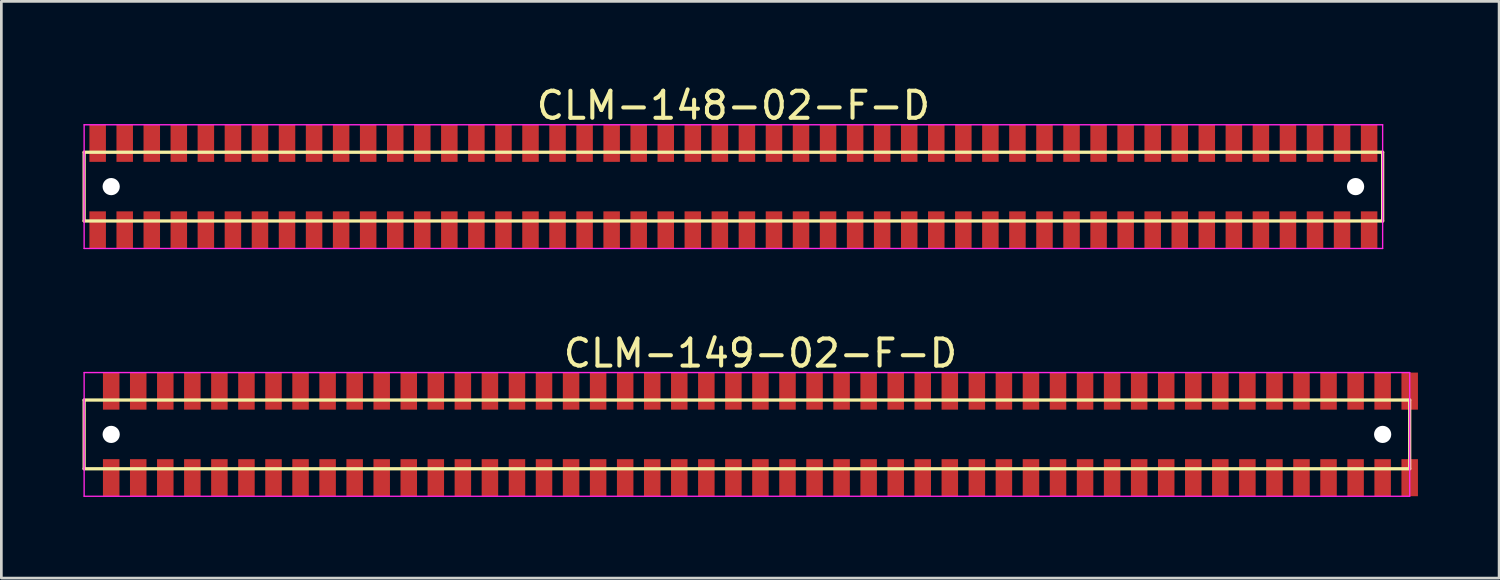
<source format=kicad_pcb>
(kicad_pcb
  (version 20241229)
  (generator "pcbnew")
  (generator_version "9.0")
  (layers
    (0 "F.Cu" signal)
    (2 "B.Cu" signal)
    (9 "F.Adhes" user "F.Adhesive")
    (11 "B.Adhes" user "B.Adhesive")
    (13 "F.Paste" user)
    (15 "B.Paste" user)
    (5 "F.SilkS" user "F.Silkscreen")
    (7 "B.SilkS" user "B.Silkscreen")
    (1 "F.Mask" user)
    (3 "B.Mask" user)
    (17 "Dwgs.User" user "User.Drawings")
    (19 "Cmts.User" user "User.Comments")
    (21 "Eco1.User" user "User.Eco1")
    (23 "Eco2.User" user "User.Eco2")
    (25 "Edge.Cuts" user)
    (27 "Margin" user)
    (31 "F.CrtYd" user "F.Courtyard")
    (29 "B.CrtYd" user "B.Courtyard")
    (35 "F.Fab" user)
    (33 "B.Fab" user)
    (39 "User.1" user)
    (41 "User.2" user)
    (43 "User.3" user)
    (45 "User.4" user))
  (footprint "CLM-149-02-F-D"
    (layer "F.Cu")
    (at 25.06 13.008)
    (property "Reference" "CLM-149-02-F-D" (at 0 -3 0) (layer "F.SilkS") (effects (font (size 1 1) (thickness 0.15))))
    (attr through_hole)
    (fp_line (start -25 -1.27) (end -25 1.27) (stroke (width 0.12) (type solid)) (layer "F.SilkS"))
    (fp_line (start -25 1.27) (end 24 1.27) (stroke (width 0.12) (type solid)) (layer "F.SilkS"))
    (fp_line (start 24 -1.27) (end -25 -1.27) (stroke (width 0.12) (type solid)) (layer "F.SilkS"))
    (fp_line (start 24 1.27) (end 24 -1.27) (stroke (width 0.12) (type solid)) (layer "F.SilkS"))
    (fp_line (start -25 -2.286) (end -25 2.286) (stroke (width 0.05) (type solid)) (layer "F.CrtYd"))
    (fp_line (start -25 2.286) (end 24 2.286) (stroke (width 0.05) (type solid)) (layer "F.CrtYd"))
    (fp_line (start 24 -2.286) (end -25 -2.286) (stroke (width 0.05) (type solid)) (layer "F.CrtYd"))
    (fp_line (start 24 2.286) (end 24 -2.286) (stroke (width 0.05) (type solid)) (layer "F.CrtYd"))
    (pad "" np_thru_hole circle (at -24 0) (size 0.635 0.635) (drill 0.635) (layers "*.Cu" "*.Mask"))
    (pad "" np_thru_hole circle (at 23 0) (size 0.635 0.635) (drill 0.635) (layers "*.Cu" "*.Mask"))
    (pad "1" smd rect (at -24 -1.6) (size 0.61 1.37) (layers "F.Cu" "F.Mask" "F.Paste"))
    (pad "2" smd rect (at -24 1.6) (size 0.61 1.37) (layers "F.Cu" "F.Mask" "F.Paste"))
    (pad "3" smd rect (at -23 -1.6) (size 0.61 1.37) (layers "F.Cu" "F.Mask" "F.Paste"))
    (pad "4" smd rect (at -23 1.6) (size 0.61 1.37) (layers "F.Cu" "F.Mask" "F.Paste"))
    (pad "5" smd rect (at -22 -1.6) (size 0.61 1.37) (layers "F.Cu" "F.Mask" "F.Paste"))
    (pad "6" smd rect (at -22 1.6) (size 0.61 1.37) (layers "F.Cu" "F.Mask" "F.Paste"))
    (pad "7" smd rect (at -21 -1.6) (size 0.61 1.37) (layers "F.Cu" "F.Mask" "F.Paste"))
    (pad "8" smd rect (at -21 1.6) (size 0.61 1.37) (layers "F.Cu" "F.Mask" "F.Paste"))
    (pad "9" smd rect (at -20 -1.6) (size 0.61 1.37) (layers "F.Cu" "F.Mask" "F.Paste"))
    (pad "10" smd rect (at -20 1.6) (size 0.61 1.37) (layers "F.Cu" "F.Mask" "F.Paste"))
    (pad "11" smd rect (at -19 -1.6) (size 0.61 1.37) (layers "F.Cu" "F.Mask" "F.Paste"))
    (pad "12" smd rect (at -19 1.6) (size 0.61 1.37) (layers "F.Cu" "F.Mask" "F.Paste"))
    (pad "13" smd rect (at -18 -1.6) (size 0.61 1.37) (layers "F.Cu" "F.Mask" "F.Paste"))
    (pad "14" smd rect (at -18 1.6) (size 0.61 1.37) (layers "F.Cu" "F.Mask" "F.Paste"))
    (pad "15" smd rect (at -17 -1.6) (size 0.61 1.37) (layers "F.Cu" "F.Mask" "F.Paste"))
    (pad "16" smd rect (at -17 1.6) (size 0.61 1.37) (layers "F.Cu" "F.Mask" "F.Paste"))
    (pad "17" smd rect (at -16 -1.6) (size 0.61 1.37) (layers "F.Cu" "F.Mask" "F.Paste"))
    (pad "18" smd rect (at -16 1.6) (size 0.61 1.37) (layers "F.Cu" "F.Mask" "F.Paste"))
    (pad "19" smd rect (at -15 -1.6) (size 0.61 1.37) (layers "F.Cu" "F.Mask" "F.Paste"))
    (pad "20" smd rect (at -15 1.6) (size 0.61 1.37) (layers "F.Cu" "F.Mask" "F.Paste"))
    (pad "21" smd rect (at -14 -1.6) (size 0.61 1.37) (layers "F.Cu" "F.Mask" "F.Paste"))
    (pad "22" smd rect (at -14 1.6) (size 0.61 1.37) (layers "F.Cu" "F.Mask" "F.Paste"))
    (pad "23" smd rect (at -13 -1.6) (size 0.61 1.37) (layers "F.Cu" "F.Mask" "F.Paste"))
    (pad "24" smd rect (at -13 1.6) (size 0.61 1.37) (layers "F.Cu" "F.Mask" "F.Paste"))
    (pad "25" smd rect (at -12 -1.6) (size 0.61 1.37) (layers "F.Cu" "F.Mask" "F.Paste"))
    (pad "26" smd rect (at -12 1.6) (size 0.61 1.37) (layers "F.Cu" "F.Mask" "F.Paste"))
    (pad "27" smd rect (at -11 -1.6) (size 0.61 1.37) (layers "F.Cu" "F.Mask" "F.Paste"))
    (pad "28" smd rect (at -11 1.6) (size 0.61 1.37) (layers "F.Cu" "F.Mask" "F.Paste"))
    (pad "29" smd rect (at -10 -1.6) (size 0.61 1.37) (layers "F.Cu" "F.Mask" "F.Paste"))
    (pad "30" smd rect (at -10 1.6) (size 0.61 1.37) (layers "F.Cu" "F.Mask" "F.Paste"))
    (pad "31" smd rect (at -9 -1.6) (size 0.61 1.37) (layers "F.Cu" "F.Mask" "F.Paste"))
    (pad "32" smd rect (at -9 1.6) (size 0.61 1.37) (layers "F.Cu" "F.Mask" "F.Paste"))
    (pad "33" smd rect (at -8 -1.6) (size 0.61 1.37) (layers "F.Cu" "F.Mask" "F.Paste"))
    (pad "34" smd rect (at -8 1.6) (size 0.61 1.37) (layers "F.Cu" "F.Mask" "F.Paste"))
    (pad "35" smd rect (at -7 -1.6) (size 0.61 1.37) (layers "F.Cu" "F.Mask" "F.Paste"))
    (pad "36" smd rect (at -7 1.6) (size 0.61 1.37) (layers "F.Cu" "F.Mask" "F.Paste"))
    (pad "37" smd rect (at -6 -1.6) (size 0.61 1.37) (layers "F.Cu" "F.Mask" "F.Paste"))
    (pad "38" smd rect (at -6 1.6) (size 0.61 1.37) (layers "F.Cu" "F.Mask" "F.Paste"))
    (pad "39" smd rect (at -5 -1.6) (size 0.61 1.37) (layers "F.Cu" "F.Mask" "F.Paste"))
    (pad "40" smd rect (at -5 1.6) (size 0.61 1.37) (layers "F.Cu" "F.Mask" "F.Paste"))
    (pad "41" smd rect (at -4 -1.6) (size 0.61 1.37) (layers "F.Cu" "F.Mask" "F.Paste"))
    (pad "42" smd rect (at -4 1.6) (size 0.61 1.37) (layers "F.Cu" "F.Mask" "F.Paste"))
    (pad "43" smd rect (at -3 -1.6) (size 0.61 1.37) (layers "F.Cu" "F.Mask" "F.Paste"))
    (pad "44" smd rect (at -3 1.6) (size 0.61 1.37) (layers "F.Cu" "F.Mask" "F.Paste"))
    (pad "45" smd rect (at -2 -1.6) (size 0.61 1.37) (layers "F.Cu" "F.Mask" "F.Paste"))
    (pad "46" smd rect (at -2 1.6) (size 0.61 1.37) (layers "F.Cu" "F.Mask" "F.Paste"))
    (pad "47" smd rect (at -1 -1.6) (size 0.61 1.37) (layers "F.Cu" "F.Mask" "F.Paste"))
    (pad "48" smd rect (at -1 1.6) (size 0.61 1.37) (layers "F.Cu" "F.Mask" "F.Paste"))
    (pad "49" smd rect (at 0 -1.6) (size 0.61 1.37) (layers "F.Cu" "F.Mask" "F.Paste"))
    (pad "50" smd rect (at 0 1.6) (size 0.61 1.37) (layers "F.Cu" "F.Mask" "F.Paste"))
    (pad "51" smd rect (at 1 -1.6) (size 0.61 1.37) (layers "F.Cu" "F.Mask" "F.Paste"))
    (pad "52" smd rect (at 1 1.6) (size 0.61 1.37) (layers "F.Cu" "F.Mask" "F.Paste"))
    (pad "53" smd rect (at 2 -1.6) (size 0.61 1.37) (layers "F.Cu" "F.Mask" "F.Paste"))
    (pad "54" smd rect (at 2 1.6) (size 0.61 1.37) (layers "F.Cu" "F.Mask" "F.Paste"))
    (pad "55" smd rect (at 3 -1.6) (size 0.61 1.37) (layers "F.Cu" "F.Mask" "F.Paste"))
    (pad "56" smd rect (at 3 1.6) (size 0.61 1.37) (layers "F.Cu" "F.Mask" "F.Paste"))
    (pad "57" smd rect (at 4 -1.6) (size 0.61 1.37) (layers "F.Cu" "F.Mask" "F.Paste"))
    (pad "58" smd rect (at 4 1.6) (size 0.61 1.37) (layers "F.Cu" "F.Mask" "F.Paste"))
    (pad "59" smd rect (at 5 -1.6) (size 0.61 1.37) (layers "F.Cu" "F.Mask" "F.Paste"))
    (pad "60" smd rect (at 5 1.6) (size 0.61 1.37) (layers "F.Cu" "F.Mask" "F.Paste"))
    (pad "61" smd rect (at 6 -1.6) (size 0.61 1.37) (layers "F.Cu" "F.Mask" "F.Paste"))
    (pad "62" smd rect (at 6 1.6) (size 0.61 1.37) (layers "F.Cu" "F.Mask" "F.Paste"))
    (pad "63" smd rect (at 7 -1.6) (size 0.61 1.37) (layers "F.Cu" "F.Mask" "F.Paste"))
    (pad "64" smd rect (at 7 1.6) (size 0.61 1.37) (layers "F.Cu" "F.Mask" "F.Paste"))
    (pad "65" smd rect (at 8 -1.6) (size 0.61 1.37) (layers "F.Cu" "F.Mask" "F.Paste"))
    (pad "66" smd rect (at 8 1.6) (size 0.61 1.37) (layers "F.Cu" "F.Mask" "F.Paste"))
    (pad "67" smd rect (at 9 -1.6) (size 0.61 1.37) (layers "F.Cu" "F.Mask" "F.Paste"))
    (pad "68" smd rect (at 9 1.6) (size 0.61 1.37) (layers "F.Cu" "F.Mask" "F.Paste"))
    (pad "69" smd rect (at 10 -1.6) (size 0.61 1.37) (layers "F.Cu" "F.Mask" "F.Paste"))
    (pad "70" smd rect (at 10 1.6) (size 0.61 1.37) (layers "F.Cu" "F.Mask" "F.Paste"))
    (pad "71" smd rect (at 11 -1.6) (size 0.61 1.37) (layers "F.Cu" "F.Mask" "F.Paste"))
    (pad "72" smd rect (at 11 1.6) (size 0.61 1.37) (layers "F.Cu" "F.Mask" "F.Paste"))
    (pad "73" smd rect (at 12 -1.6) (size 0.61 1.37) (layers "F.Cu" "F.Mask" "F.Paste"))
    (pad "74" smd rect (at 12 1.6) (size 0.61 1.37) (layers "F.Cu" "F.Mask" "F.Paste"))
    (pad "75" smd rect (at 13 -1.6) (size 0.61 1.37) (layers "F.Cu" "F.Mask" "F.Paste"))
    (pad "76" smd rect (at 13 1.6) (size 0.61 1.37) (layers "F.Cu" "F.Mask" "F.Paste"))
    (pad "77" smd rect (at 14 -1.6) (size 0.61 1.37) (layers "F.Cu" "F.Mask" "F.Paste"))
    (pad "78" smd rect (at 14 1.6) (size 0.61 1.37) (layers "F.Cu" "F.Mask" "F.Paste"))
    (pad "79" smd rect (at 15 -1.6) (size 0.61 1.37) (layers "F.Cu" "F.Mask" "F.Paste"))
    (pad "80" smd rect (at 15 1.6) (size 0.61 1.37) (layers "F.Cu" "F.Mask" "F.Paste"))
    (pad "81" smd rect (at 16 -1.6) (size 0.61 1.37) (layers "F.Cu" "F.Mask" "F.Paste"))
    (pad "82" smd rect (at 16 1.6) (size 0.61 1.37) (layers "F.Cu" "F.Mask" "F.Paste"))
    (pad "83" smd rect (at 17 -1.6) (size 0.61 1.37) (layers "F.Cu" "F.Mask" "F.Paste"))
    (pad "84" smd rect (at 17 1.6) (size 0.61 1.37) (layers "F.Cu" "F.Mask" "F.Paste"))
    (pad "85" smd rect (at 18 -1.6) (size 0.61 1.37) (layers "F.Cu" "F.Mask" "F.Paste"))
    (pad "86" smd rect (at 18 1.6) (size 0.61 1.37) (layers "F.Cu" "F.Mask" "F.Paste"))
    (pad "87" smd rect (at 19 -1.6) (size 0.61 1.37) (layers "F.Cu" "F.Mask" "F.Paste"))
    (pad "88" smd rect (at 19 1.6) (size 0.61 1.37) (layers "F.Cu" "F.Mask" "F.Paste"))
    (pad "89" smd rect (at 20 -1.6) (size 0.61 1.37) (layers "F.Cu" "F.Mask" "F.Paste"))
    (pad "90" smd rect (at 20 1.6) (size 0.61 1.37) (layers "F.Cu" "F.Mask" "F.Paste"))
    (pad "91" smd rect (at 21 -1.6) (size 0.61 1.37) (layers "F.Cu" "F.Mask" "F.Paste"))
    (pad "92" smd rect (at 21 1.6) (size 0.61 1.37) (layers "F.Cu" "F.Mask" "F.Paste"))
    (pad "93" smd rect (at 22 -1.6) (size 0.61 1.37) (layers "F.Cu" "F.Mask" "F.Paste"))
    (pad "94" smd rect (at 22 1.6) (size 0.61 1.37) (layers "F.Cu" "F.Mask" "F.Paste"))
    (pad "95" smd rect (at 23 -1.6) (size 0.61 1.37) (layers "F.Cu" "F.Mask" "F.Paste"))
    (pad "96" smd rect (at 23 1.6) (size 0.61 1.37) (layers "F.Cu" "F.Mask" "F.Paste"))
    (pad "97" smd rect (at 24 -1.6) (size 0.61 1.37) (layers "F.Cu" "F.Mask" "F.Paste"))
    (pad "98" smd rect (at 24 1.6) (size 0.61 1.37) (layers "F.Cu" "F.Mask" "F.Paste")))
  (footprint "CLM-148-02-F-D"
    (layer "F.Cu")
    (at 24.06 3.848)
    (property "Reference" "CLM-148-02-F-D" (at 0 -3 0) (layer "F.SilkS") (effects (font (size 1 1) (thickness 0.15))))
    (attr through_hole)
    (fp_line (start -24 -1.27) (end -24 1.27) (stroke (width 0.12) (type solid)) (layer "F.SilkS"))
    (fp_line (start -24 1.27) (end 24 1.27) (stroke (width 0.12) (type solid)) (layer "F.SilkS"))
    (fp_line (start 24 -1.27) (end -24 -1.27) (stroke (width 0.12) (type solid)) (layer "F.SilkS"))
    (fp_line (start 24 1.27) (end 24 -1.27) (stroke (width 0.12) (type solid)) (layer "F.SilkS"))
    (fp_line (start -24 -2.286) (end -24 2.286) (stroke (width 0.05) (type solid)) (layer "F.CrtYd"))
    (fp_line (start -24 2.286) (end 24 2.286) (stroke (width 0.05) (type solid)) (layer "F.CrtYd"))
    (fp_line (start 24 -2.286) (end -24 -2.286) (stroke (width 0.05) (type solid)) (layer "F.CrtYd"))
    (fp_line (start 24 2.286) (end 24 -2.286) (stroke (width 0.05) (type solid)) (layer "F.CrtYd"))
    (pad "" np_thru_hole circle (at -23 0) (size 0.635 0.635) (drill 0.635) (layers "*.Cu" "*.Mask"))
    (pad "" np_thru_hole circle (at 23 0) (size 0.635 0.635) (drill 0.635) (layers "*.Cu" "*.Mask"))
    (pad "1" smd rect (at -23.5 -1.6) (size 0.61 1.37) (layers "F.Cu" "F.Mask" "F.Paste"))
    (pad "2" smd rect (at -23.5 1.6) (size 0.61 1.37) (layers "F.Cu" "F.Mask" "F.Paste"))
    (pad "3" smd rect (at -22.5 -1.6) (size 0.61 1.37) (layers "F.Cu" "F.Mask" "F.Paste"))
    (pad "4" smd rect (at -22.5 1.6) (size 0.61 1.37) (layers "F.Cu" "F.Mask" "F.Paste"))
    (pad "5" smd rect (at -21.5 -1.6) (size 0.61 1.37) (layers "F.Cu" "F.Mask" "F.Paste"))
    (pad "6" smd rect (at -21.5 1.6) (size 0.61 1.37) (layers "F.Cu" "F.Mask" "F.Paste"))
    (pad "7" smd rect (at -20.5 -1.6) (size 0.61 1.37) (layers "F.Cu" "F.Mask" "F.Paste"))
    (pad "8" smd rect (at -20.5 1.6) (size 0.61 1.37) (layers "F.Cu" "F.Mask" "F.Paste"))
    (pad "9" smd rect (at -19.5 -1.6) (size 0.61 1.37) (layers "F.Cu" "F.Mask" "F.Paste"))
    (pad "10" smd rect (at -19.5 1.6) (size 0.61 1.37) (layers "F.Cu" "F.Mask" "F.Paste"))
    (pad "11" smd rect (at -18.5 -1.6) (size 0.61 1.37) (layers "F.Cu" "F.Mask" "F.Paste"))
    (pad "12" smd rect (at -18.5 1.6) (size 0.61 1.37) (layers "F.Cu" "F.Mask" "F.Paste"))
    (pad "13" smd rect (at -17.5 -1.6) (size 0.61 1.37) (layers "F.Cu" "F.Mask" "F.Paste"))
    (pad "14" smd rect (at -17.5 1.6) (size 0.61 1.37) (layers "F.Cu" "F.Mask" "F.Paste"))
    (pad "15" smd rect (at -16.5 -1.6) (size 0.61 1.37) (layers "F.Cu" "F.Mask" "F.Paste"))
    (pad "16" smd rect (at -16.5 1.6) (size 0.61 1.37) (layers "F.Cu" "F.Mask" "F.Paste"))
    (pad "17" smd rect (at -15.5 -1.6) (size 0.61 1.37) (layers "F.Cu" "F.Mask" "F.Paste"))
    (pad "18" smd rect (at -15.5 1.6) (size 0.61 1.37) (layers "F.Cu" "F.Mask" "F.Paste"))
    (pad "19" smd rect (at -14.5 -1.6) (size 0.61 1.37) (layers "F.Cu" "F.Mask" "F.Paste"))
    (pad "20" smd rect (at -14.5 1.6) (size 0.61 1.37) (layers "F.Cu" "F.Mask" "F.Paste"))
    (pad "21" smd rect (at -13.5 -1.6) (size 0.61 1.37) (layers "F.Cu" "F.Mask" "F.Paste"))
    (pad "22" smd rect (at -13.5 1.6) (size 0.61 1.37) (layers "F.Cu" "F.Mask" "F.Paste"))
    (pad "23" smd rect (at -12.5 -1.6) (size 0.61 1.37) (layers "F.Cu" "F.Mask" "F.Paste"))
    (pad "24" smd rect (at -12.5 1.6) (size 0.61 1.37) (layers "F.Cu" "F.Mask" "F.Paste"))
    (pad "25" smd rect (at -11.5 -1.6) (size 0.61 1.37) (layers "F.Cu" "F.Mask" "F.Paste"))
    (pad "26" smd rect (at -11.5 1.6) (size 0.61 1.37) (layers "F.Cu" "F.Mask" "F.Paste"))
    (pad "27" smd rect (at -10.5 -1.6) (size 0.61 1.37) (layers "F.Cu" "F.Mask" "F.Paste"))
    (pad "28" smd rect (at -10.5 1.6) (size 0.61 1.37) (layers "F.Cu" "F.Mask" "F.Paste"))
    (pad "29" smd rect (at -9.5 -1.6) (size 0.61 1.37) (layers "F.Cu" "F.Mask" "F.Paste"))
    (pad "30" smd rect (at -9.5 1.6) (size 0.61 1.37) (layers "F.Cu" "F.Mask" "F.Paste"))
    (pad "31" smd rect (at -8.5 -1.6) (size 0.61 1.37) (layers "F.Cu" "F.Mask" "F.Paste"))
    (pad "32" smd rect (at -8.5 1.6) (size 0.61 1.37) (layers "F.Cu" "F.Mask" "F.Paste"))
    (pad "33" smd rect (at -7.5 -1.6) (size 0.61 1.37) (layers "F.Cu" "F.Mask" "F.Paste"))
    (pad "34" smd rect (at -7.5 1.6) (size 0.61 1.37) (layers "F.Cu" "F.Mask" "F.Paste"))
    (pad "35" smd rect (at -6.5 -1.6) (size 0.61 1.37) (layers "F.Cu" "F.Mask" "F.Paste"))
    (pad "36" smd rect (at -6.5 1.6) (size 0.61 1.37) (layers "F.Cu" "F.Mask" "F.Paste"))
    (pad "37" smd rect (at -5.5 -1.6) (size 0.61 1.37) (layers "F.Cu" "F.Mask" "F.Paste"))
    (pad "38" smd rect (at -5.5 1.6) (size 0.61 1.37) (layers "F.Cu" "F.Mask" "F.Paste"))
    (pad "39" smd rect (at -4.5 -1.6) (size 0.61 1.37) (layers "F.Cu" "F.Mask" "F.Paste"))
    (pad "40" smd rect (at -4.5 1.6) (size 0.61 1.37) (layers "F.Cu" "F.Mask" "F.Paste"))
    (pad "41" smd rect (at -3.5 -1.6) (size 0.61 1.37) (layers "F.Cu" "F.Mask" "F.Paste"))
    (pad "42" smd rect (at -3.5 1.6) (size 0.61 1.37) (layers "F.Cu" "F.Mask" "F.Paste"))
    (pad "43" smd rect (at -2.5 -1.6) (size 0.61 1.37) (layers "F.Cu" "F.Mask" "F.Paste"))
    (pad "44" smd rect (at -2.5 1.6) (size 0.61 1.37) (layers "F.Cu" "F.Mask" "F.Paste"))
    (pad "45" smd rect (at -1.5 -1.6) (size 0.61 1.37) (layers "F.Cu" "F.Mask" "F.Paste"))
    (pad "46" smd rect (at -1.5 1.6) (size 0.61 1.37) (layers "F.Cu" "F.Mask" "F.Paste"))
    (pad "47" smd rect (at -0.5 -1.6) (size 0.61 1.37) (layers "F.Cu" "F.Mask" "F.Paste"))
    (pad "48" smd rect (at -0.5 1.6) (size 0.61 1.37) (layers "F.Cu" "F.Mask" "F.Paste"))
    (pad "49" smd rect (at 0.5 -1.6) (size 0.61 1.37) (layers "F.Cu" "F.Mask" "F.Paste"))
    (pad "50" smd rect (at 0.5 1.6) (size 0.61 1.37) (layers "F.Cu" "F.Mask" "F.Paste"))
    (pad "51" smd rect (at 1.5 -1.6) (size 0.61 1.37) (layers "F.Cu" "F.Mask" "F.Paste"))
    (pad "52" smd rect (at 1.5 1.6) (size 0.61 1.37) (layers "F.Cu" "F.Mask" "F.Paste"))
    (pad "53" smd rect (at 2.5 -1.6) (size 0.61 1.37) (layers "F.Cu" "F.Mask" "F.Paste"))
    (pad "54" smd rect (at 2.5 1.6) (size 0.61 1.37) (layers "F.Cu" "F.Mask" "F.Paste"))
    (pad "55" smd rect (at 3.5 -1.6) (size 0.61 1.37) (layers "F.Cu" "F.Mask" "F.Paste"))
    (pad "56" smd rect (at 3.5 1.6) (size 0.61 1.37) (layers "F.Cu" "F.Mask" "F.Paste"))
    (pad "57" smd rect (at 4.5 -1.6) (size 0.61 1.37) (layers "F.Cu" "F.Mask" "F.Paste"))
    (pad "58" smd rect (at 4.5 1.6) (size 0.61 1.37) (layers "F.Cu" "F.Mask" "F.Paste"))
    (pad "59" smd rect (at 5.5 -1.6) (size 0.61 1.37) (layers "F.Cu" "F.Mask" "F.Paste"))
    (pad "60" smd rect (at 5.5 1.6) (size 0.61 1.37) (layers "F.Cu" "F.Mask" "F.Paste"))
    (pad "61" smd rect (at 6.5 -1.6) (size 0.61 1.37) (layers "F.Cu" "F.Mask" "F.Paste"))
    (pad "62" smd rect (at 6.5 1.6) (size 0.61 1.37) (layers "F.Cu" "F.Mask" "F.Paste"))
    (pad "63" smd rect (at 7.5 -1.6) (size 0.61 1.37) (layers "F.Cu" "F.Mask" "F.Paste"))
    (pad "64" smd rect (at 7.5 1.6) (size 0.61 1.37) (layers "F.Cu" "F.Mask" "F.Paste"))
    (pad "65" smd rect (at 8.5 -1.6) (size 0.61 1.37) (layers "F.Cu" "F.Mask" "F.Paste"))
    (pad "66" smd rect (at 8.5 1.6) (size 0.61 1.37) (layers "F.Cu" "F.Mask" "F.Paste"))
    (pad "67" smd rect (at 9.5 -1.6) (size 0.61 1.37) (layers "F.Cu" "F.Mask" "F.Paste"))
    (pad "68" smd rect (at 9.5 1.6) (size 0.61 1.37) (layers "F.Cu" "F.Mask" "F.Paste"))
    (pad "69" smd rect (at 10.5 -1.6) (size 0.61 1.37) (layers "F.Cu" "F.Mask" "F.Paste"))
    (pad "70" smd rect (at 10.5 1.6) (size 0.61 1.37) (layers "F.Cu" "F.Mask" "F.Paste"))
    (pad "71" smd rect (at 11.5 -1.6) (size 0.61 1.37) (layers "F.Cu" "F.Mask" "F.Paste"))
    (pad "72" smd rect (at 11.5 1.6) (size 0.61 1.37) (layers "F.Cu" "F.Mask" "F.Paste"))
    (pad "73" smd rect (at 12.5 -1.6) (size 0.61 1.37) (layers "F.Cu" "F.Mask" "F.Paste"))
    (pad "74" smd rect (at 12.5 1.6) (size 0.61 1.37) (layers "F.Cu" "F.Mask" "F.Paste"))
    (pad "75" smd rect (at 13.5 -1.6) (size 0.61 1.37) (layers "F.Cu" "F.Mask" "F.Paste"))
    (pad "76" smd rect (at 13.5 1.6) (size 0.61 1.37) (layers "F.Cu" "F.Mask" "F.Paste"))
    (pad "77" smd rect (at 14.5 -1.6) (size 0.61 1.37) (layers "F.Cu" "F.Mask" "F.Paste"))
    (pad "78" smd rect (at 14.5 1.6) (size 0.61 1.37) (layers "F.Cu" "F.Mask" "F.Paste"))
    (pad "79" smd rect (at 15.5 -1.6) (size 0.61 1.37) (layers "F.Cu" "F.Mask" "F.Paste"))
    (pad "80" smd rect (at 15.5 1.6) (size 0.61 1.37) (layers "F.Cu" "F.Mask" "F.Paste"))
    (pad "81" smd rect (at 16.5 -1.6) (size 0.61 1.37) (layers "F.Cu" "F.Mask" "F.Paste"))
    (pad "82" smd rect (at 16.5 1.6) (size 0.61 1.37) (layers "F.Cu" "F.Mask" "F.Paste"))
    (pad "83" smd rect (at 17.5 -1.6) (size 0.61 1.37) (layers "F.Cu" "F.Mask" "F.Paste"))
    (pad "84" smd rect (at 17.5 1.6) (size 0.61 1.37) (layers "F.Cu" "F.Mask" "F.Paste"))
    (pad "85" smd rect (at 18.5 -1.6) (size 0.61 1.37) (layers "F.Cu" "F.Mask" "F.Paste"))
    (pad "86" smd rect (at 18.5 1.6) (size 0.61 1.37) (layers "F.Cu" "F.Mask" "F.Paste"))
    (pad "87" smd rect (at 19.5 -1.6) (size 0.61 1.37) (layers "F.Cu" "F.Mask" "F.Paste"))
    (pad "88" smd rect (at 19.5 1.6) (size 0.61 1.37) (layers "F.Cu" "F.Mask" "F.Paste"))
    (pad "89" smd rect (at 20.5 -1.6) (size 0.61 1.37) (layers "F.Cu" "F.Mask" "F.Paste"))
    (pad "90" smd rect (at 20.5 1.6) (size 0.61 1.37) (layers "F.Cu" "F.Mask" "F.Paste"))
    (pad "91" smd rect (at 21.5 -1.6) (size 0.61 1.37) (layers "F.Cu" "F.Mask" "F.Paste"))
    (pad "92" smd rect (at 21.5 1.6) (size 0.61 1.37) (layers "F.Cu" "F.Mask" "F.Paste"))
    (pad "93" smd rect (at 22.5 -1.6) (size 0.61 1.37) (layers "F.Cu" "F.Mask" "F.Paste"))
    (pad "94" smd rect (at 22.5 1.6) (size 0.61 1.37) (layers "F.Cu" "F.Mask" "F.Paste"))
    (pad "95" smd rect (at 23.5 -1.6) (size 0.61 1.37) (layers "F.Cu" "F.Mask" "F.Paste"))
    (pad "96" smd rect (at 23.5 1.6) (size 0.61 1.37) (layers "F.Cu" "F.Mask" "F.Paste")))
  (gr_rect
    (start -3 -3)
    (end 52.365 18.319)
    (stroke (width 0.1) (type default))
    (fill no)
    (layer "Edge.Cuts")))
</source>
